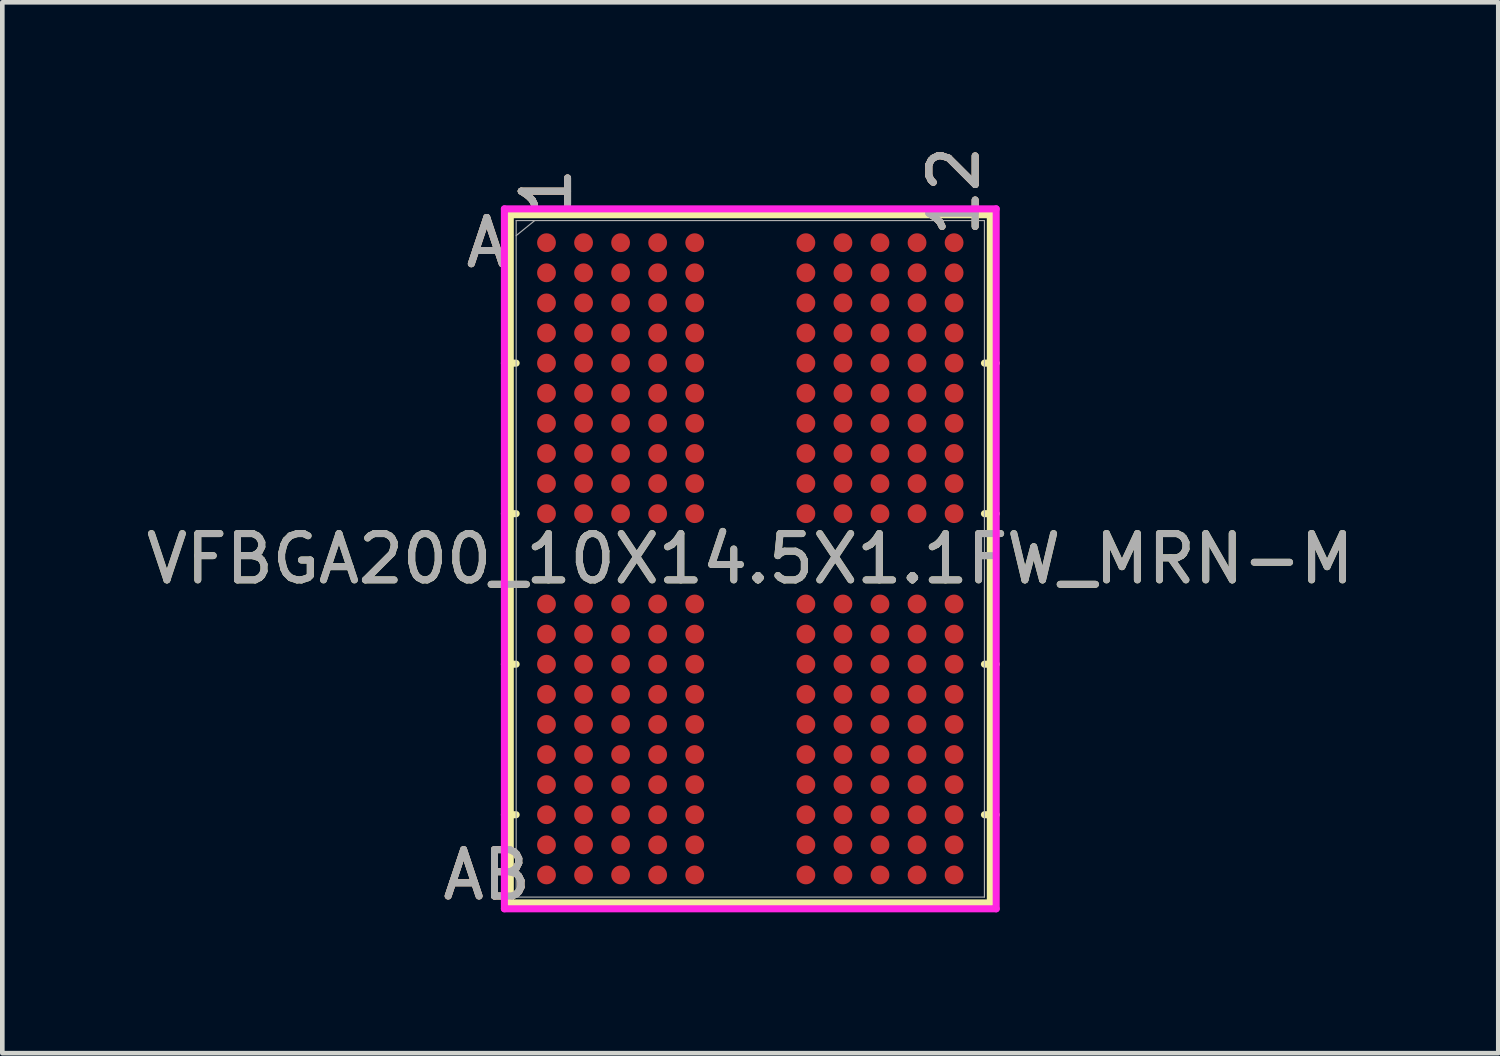
<source format=kicad_pcb>
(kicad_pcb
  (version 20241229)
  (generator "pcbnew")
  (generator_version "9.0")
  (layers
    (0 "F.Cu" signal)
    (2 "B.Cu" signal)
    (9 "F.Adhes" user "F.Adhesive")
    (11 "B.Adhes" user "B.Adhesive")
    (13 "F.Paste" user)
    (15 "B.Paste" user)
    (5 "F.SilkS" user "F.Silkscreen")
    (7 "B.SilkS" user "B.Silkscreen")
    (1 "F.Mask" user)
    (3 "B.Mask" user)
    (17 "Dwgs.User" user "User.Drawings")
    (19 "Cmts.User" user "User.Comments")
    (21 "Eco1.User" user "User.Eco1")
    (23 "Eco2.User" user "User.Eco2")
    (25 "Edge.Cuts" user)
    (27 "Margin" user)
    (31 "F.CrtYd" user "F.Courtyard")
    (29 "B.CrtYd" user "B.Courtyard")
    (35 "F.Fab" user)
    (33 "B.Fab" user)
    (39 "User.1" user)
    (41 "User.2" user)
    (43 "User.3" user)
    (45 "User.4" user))
  (footprint "VFBGA200_10X14.5X1.1FW_MRN-M"
    (layer "F.Cu")
    (at 13.149 9.015)
    (property "Reference" "VFBGA200_10X14.5X1.1FW_MRN-M" (at 0 0 0) (unlocked yes) (layer "F.SilkS") (effects (font (size 1 1) (thickness 0.15))))
    (attr smd)
    (fp_line (start -5.182 -7.429) (end -5.182 7.429) (stroke (width 0.152) (type solid)) (layer "F.SilkS"))
    (fp_line (start -5.182 7.429) (end 5.182 7.429) (stroke (width 0.152) (type solid)) (layer "F.SilkS"))
    (fp_line (start -5.055 -4.225) (end -5.309 -4.225) (stroke (width 0.152) (type solid)) (layer "F.SilkS"))
    (fp_line (start -5.055 -0.975) (end -5.309 -0.975) (stroke (width 0.152) (type solid)) (layer "F.SilkS"))
    (fp_line (start -5.055 2.275) (end -5.309 2.275) (stroke (width 0.152) (type solid)) (layer "F.SilkS"))
    (fp_line (start -5.055 5.525) (end -5.309 5.525) (stroke (width 0.152) (type solid)) (layer "F.SilkS"))
    (fp_line (start 5.055 -4.225) (end 5.309 -4.225) (stroke (width 0.152) (type solid)) (layer "F.SilkS"))
    (fp_line (start 5.055 -0.975) (end 5.309 -0.975) (stroke (width 0.152) (type solid)) (layer "F.SilkS"))
    (fp_line (start 5.055 2.275) (end 5.309 2.275) (stroke (width 0.152) (type solid)) (layer "F.SilkS"))
    (fp_line (start 5.055 5.525) (end 5.309 5.525) (stroke (width 0.152) (type solid)) (layer "F.SilkS"))
    (fp_line (start 5.182 -7.429) (end -5.182 -7.429) (stroke (width 0.152) (type solid)) (layer "F.SilkS"))
    (fp_line (start 5.182 7.429) (end 5.182 -7.429) (stroke (width 0.152) (type solid)) (layer "F.SilkS"))
    (fp_poly (pts (xy -5.245 -7.595) (xy 5.245 -7.595) (xy 5.245 7.595) (xy -5.245 7.595)) (stroke (width 0.1) (type solid)) (fill no) (layer "Eco2.User"))
    (fp_line (start -5.309 -7.556) (end 5.309 -7.556) (stroke (width 0.152) (type solid)) (layer "F.CrtYd"))
    (fp_line (start -5.309 7.556) (end -5.309 -7.556) (stroke (width 0.152) (type solid)) (layer "F.CrtYd"))
    (fp_line (start 5.309 -7.556) (end 5.309 7.556) (stroke (width 0.152) (type solid)) (layer "F.CrtYd"))
    (fp_line (start 5.309 7.556) (end -5.309 7.556) (stroke (width 0.152) (type solid)) (layer "F.CrtYd"))
    (fp_line (start -5.055 -7.303) (end -5.055 7.303) (stroke (width 0.025) (type solid)) (layer "F.Fab"))
    (fp_line (start -5.055 7.303) (end 5.055 7.303) (stroke (width 0.025) (type solid)) (layer "F.Fab"))
    (fp_line (start -4.655 -7.303) (end -5.055 -6.978) (stroke (width 0.025) (type solid)) (layer "F.Fab"))
    (fp_line (start 5.055 -7.303) (end -5.055 -7.303) (stroke (width 0.025) (type solid)) (layer "F.Fab"))
    (fp_line (start 5.055 7.303) (end 5.055 -7.303) (stroke (width 0.025) (type solid)) (layer "F.Fab"))
    (fp_text user "A" (at -5.69 -6.825 0) (unlocked yes) (layer "F.SilkS") (effects (font (size 1 1) (thickness 0.15))))
    (fp_text user "1" (at -4.4 -7.938 90) (unlocked yes) (layer "F.SilkS") (effects (font (size 1 1) (thickness 0.15))))
    (fp_text user "12" (at 4.4 -7.938 90) (unlocked yes) (layer "F.SilkS") (effects (font (size 1 1) (thickness 0.15))))
    (fp_text user "AB" (at -5.69 6.825 0) (unlocked yes) (layer "F.SilkS") (effects (font (size 1 1) (thickness 0.15))))
    (fp_text user "A" (at -5.69 -6.825 0) (unlocked yes) (layer "B.SilkS") (effects (font (size 1 1) (thickness 0.15))))
    (fp_text user "AB" (at -5.69 6.825 0) (unlocked yes) (layer "B.SilkS") (effects (font (size 1 1) (thickness 0.15))))
    (fp_text user "1" (at -4.4 -7.938 90) (unlocked yes) (layer "B.SilkS") (effects (font (size 1 1) (thickness 0.15))))
    (fp_text user "12" (at 4.4 -7.938 90) (unlocked yes) (layer "B.SilkS") (effects (font (size 1 1) (thickness 0.15))))
    (fp_text user "A" (at -5.69 -6.825 0) (unlocked yes) (layer "F.Fab") (effects (font (size 1 1) (thickness 0.15))))
    (fp_text user "12" (at 4.4 -7.938 90) (unlocked yes) (layer "F.Fab") (effects (font (size 1 1) (thickness 0.15))))
    (fp_text user "${REFERENCE}" (at 0 0 0) (unlocked yes) (layer "F.Fab") (effects (font (size 1 1) (thickness 0.15))))
    (fp_text user "1" (at -4.4 -7.938 90) (unlocked yes) (layer "F.Fab") (effects (font (size 1 1) (thickness 0.15))))
    (fp_text user "AB" (at -5.69 6.825 0) (unlocked yes) (layer "F.Fab") (effects (font (size 1 1) (thickness 0.15))))
    (pad "A1" smd circle (at -4.4 -6.825) (size 0.406 0.406) (layers "F.Cu" "F.Mask" "F.Paste"))
    (pad "A2" smd circle (at -3.6 -6.825) (size 0.406 0.406) (layers "F.Cu" "F.Mask" "F.Paste"))
    (pad "A3" smd circle (at -2.8 -6.825) (size 0.406 0.406) (layers "F.Cu" "F.Mask" "F.Paste"))
    (pad "A4" smd circle (at -2 -6.825) (size 0.406 0.406) (layers "F.Cu" "F.Mask" "F.Paste"))
    (pad "A5" smd circle (at -1.2 -6.825) (size 0.406 0.406) (layers "F.Cu" "F.Mask" "F.Paste"))
    (pad "A8" smd circle (at 1.2 -6.825) (size 0.406 0.406) (layers "F.Cu" "F.Mask" "F.Paste"))
    (pad "A9" smd circle (at 2 -6.825) (size 0.406 0.406) (layers "F.Cu" "F.Mask" "F.Paste"))
    (pad "A10" smd circle (at 2.8 -6.825) (size 0.406 0.406) (layers "F.Cu" "F.Mask" "F.Paste"))
    (pad "A11" smd circle (at 3.6 -6.825) (size 0.406 0.406) (layers "F.Cu" "F.Mask" "F.Paste"))
    (pad "A12" smd circle (at 4.4 -6.825) (size 0.406 0.406) (layers "F.Cu" "F.Mask" "F.Paste"))
    (pad "AA1" smd circle (at -4.4 6.175) (size 0.406 0.406) (layers "F.Cu" "F.Mask" "F.Paste"))
    (pad "AA2" smd circle (at -3.6 6.175) (size 0.406 0.406) (layers "F.Cu" "F.Mask" "F.Paste"))
    (pad "AA3" smd circle (at -2.8 6.175) (size 0.406 0.406) (layers "F.Cu" "F.Mask" "F.Paste"))
    (pad "AA4" smd circle (at -2 6.175) (size 0.406 0.406) (layers "F.Cu" "F.Mask" "F.Paste"))
    (pad "AA5" smd circle (at -1.2 6.175) (size 0.406 0.406) (layers "F.Cu" "F.Mask" "F.Paste"))
    (pad "AA8" smd circle (at 1.2 6.175) (size 0.406 0.406) (layers "F.Cu" "F.Mask" "F.Paste"))
    (pad "AA9" smd circle (at 2 6.175) (size 0.406 0.406) (layers "F.Cu" "F.Mask" "F.Paste"))
    (pad "AA10" smd circle (at 2.8 6.175) (size 0.406 0.406) (layers "F.Cu" "F.Mask" "F.Paste"))
    (pad "AA11" smd circle (at 3.6 6.175) (size 0.406 0.406) (layers "F.Cu" "F.Mask" "F.Paste"))
    (pad "AA12" smd circle (at 4.4 6.175) (size 0.406 0.406) (layers "F.Cu" "F.Mask" "F.Paste"))
    (pad "AB1" smd circle (at -4.4 6.825) (size 0.406 0.406) (layers "F.Cu" "F.Mask" "F.Paste"))
    (pad "AB2" smd circle (at -3.6 6.825) (size 0.406 0.406) (layers "F.Cu" "F.Mask" "F.Paste"))
    (pad "AB3" smd circle (at -2.8 6.825) (size 0.406 0.406) (layers "F.Cu" "F.Mask" "F.Paste"))
    (pad "AB4" smd circle (at -2 6.825) (size 0.406 0.406) (layers "F.Cu" "F.Mask" "F.Paste"))
    (pad "AB5" smd circle (at -1.2 6.825) (size 0.406 0.406) (layers "F.Cu" "F.Mask" "F.Paste"))
    (pad "AB8" smd circle (at 1.2 6.825) (size 0.406 0.406) (layers "F.Cu" "F.Mask" "F.Paste"))
    (pad "AB9" smd circle (at 2 6.825) (size 0.406 0.406) (layers "F.Cu" "F.Mask" "F.Paste"))
    (pad "AB10" smd circle (at 2.8 6.825) (size 0.406 0.406) (layers "F.Cu" "F.Mask" "F.Paste"))
    (pad "AB11" smd circle (at 3.6 6.825) (size 0.406 0.406) (layers "F.Cu" "F.Mask" "F.Paste"))
    (pad "AB12" smd circle (at 4.4 6.825) (size 0.406 0.406) (layers "F.Cu" "F.Mask" "F.Paste"))
    (pad "B1" smd circle (at -4.4 -6.175) (size 0.406 0.406) (layers "F.Cu" "F.Mask" "F.Paste"))
    (pad "B2" smd circle (at -3.6 -6.175) (size 0.406 0.406) (layers "F.Cu" "F.Mask" "F.Paste"))
    (pad "B3" smd circle (at -2.8 -6.175) (size 0.406 0.406) (layers "F.Cu" "F.Mask" "F.Paste"))
    (pad "B4" smd circle (at -2 -6.175) (size 0.406 0.406) (layers "F.Cu" "F.Mask" "F.Paste"))
    (pad "B5" smd circle (at -1.2 -6.175) (size 0.406 0.406) (layers "F.Cu" "F.Mask" "F.Paste"))
    (pad "B8" smd circle (at 1.2 -6.175) (size 0.406 0.406) (layers "F.Cu" "F.Mask" "F.Paste"))
    (pad "B9" smd circle (at 2 -6.175) (size 0.406 0.406) (layers "F.Cu" "F.Mask" "F.Paste"))
    (pad "B10" smd circle (at 2.8 -6.175) (size 0.406 0.406) (layers "F.Cu" "F.Mask" "F.Paste"))
    (pad "B11" smd circle (at 3.6 -6.175) (size 0.406 0.406) (layers "F.Cu" "F.Mask" "F.Paste"))
    (pad "B12" smd circle (at 4.4 -6.175) (size 0.406 0.406) (layers "F.Cu" "F.Mask" "F.Paste"))
    (pad "C1" smd circle (at -4.4 -5.525) (size 0.406 0.406) (layers "F.Cu" "F.Mask" "F.Paste"))
    (pad "C2" smd circle (at -3.6 -5.525) (size 0.406 0.406) (layers "F.Cu" "F.Mask" "F.Paste"))
    (pad "C3" smd circle (at -2.8 -5.525) (size 0.406 0.406) (layers "F.Cu" "F.Mask" "F.Paste"))
    (pad "C4" smd circle (at -2 -5.525) (size 0.406 0.406) (layers "F.Cu" "F.Mask" "F.Paste"))
    (pad "C5" smd circle (at -1.2 -5.525) (size 0.406 0.406) (layers "F.Cu" "F.Mask" "F.Paste"))
    (pad "C8" smd circle (at 1.2 -5.525) (size 0.406 0.406) (layers "F.Cu" "F.Mask" "F.Paste"))
    (pad "C9" smd circle (at 2 -5.525) (size 0.406 0.406) (layers "F.Cu" "F.Mask" "F.Paste"))
    (pad "C10" smd circle (at 2.8 -5.525) (size 0.406 0.406) (layers "F.Cu" "F.Mask" "F.Paste"))
    (pad "C11" smd circle (at 3.6 -5.525) (size 0.406 0.406) (layers "F.Cu" "F.Mask" "F.Paste"))
    (pad "C12" smd circle (at 4.4 -5.525) (size 0.406 0.406) (layers "F.Cu" "F.Mask" "F.Paste"))
    (pad "D1" smd circle (at -4.4 -4.875) (size 0.406 0.406) (layers "F.Cu" "F.Mask" "F.Paste"))
    (pad "D2" smd circle (at -3.6 -4.875) (size 0.406 0.406) (layers "F.Cu" "F.Mask" "F.Paste"))
    (pad "D3" smd circle (at -2.8 -4.875) (size 0.406 0.406) (layers "F.Cu" "F.Mask" "F.Paste"))
    (pad "D4" smd circle (at -2 -4.875) (size 0.406 0.406) (layers "F.Cu" "F.Mask" "F.Paste"))
    (pad "D5" smd circle (at -1.2 -4.875) (size 0.406 0.406) (layers "F.Cu" "F.Mask" "F.Paste"))
    (pad "D8" smd circle (at 1.2 -4.875) (size 0.406 0.406) (layers "F.Cu" "F.Mask" "F.Paste"))
    (pad "D9" smd circle (at 2 -4.875) (size 0.406 0.406) (layers "F.Cu" "F.Mask" "F.Paste"))
    (pad "D10" smd circle (at 2.8 -4.875) (size 0.406 0.406) (layers "F.Cu" "F.Mask" "F.Paste"))
    (pad "D11" smd circle (at 3.6 -4.875) (size 0.406 0.406) (layers "F.Cu" "F.Mask" "F.Paste"))
    (pad "D12" smd circle (at 4.4 -4.875) (size 0.406 0.406) (layers "F.Cu" "F.Mask" "F.Paste"))
    (pad "E1" smd circle (at -4.4 -4.225) (size 0.406 0.406) (layers "F.Cu" "F.Mask" "F.Paste"))
    (pad "E2" smd circle (at -3.6 -4.225) (size 0.406 0.406) (layers "F.Cu" "F.Mask" "F.Paste"))
    (pad "E3" smd circle (at -2.8 -4.225) (size 0.406 0.406) (layers "F.Cu" "F.Mask" "F.Paste"))
    (pad "E4" smd circle (at -2 -4.225) (size 0.406 0.406) (layers "F.Cu" "F.Mask" "F.Paste"))
    (pad "E5" smd circle (at -1.2 -4.225) (size 0.406 0.406) (layers "F.Cu" "F.Mask" "F.Paste"))
    (pad "E8" smd circle (at 1.2 -4.225) (size 0.406 0.406) (layers "F.Cu" "F.Mask" "F.Paste"))
    (pad "E9" smd circle (at 2 -4.225) (size 0.406 0.406) (layers "F.Cu" "F.Mask" "F.Paste"))
    (pad "E10" smd circle (at 2.8 -4.225) (size 0.406 0.406) (layers "F.Cu" "F.Mask" "F.Paste"))
    (pad "E11" smd circle (at 3.6 -4.225) (size 0.406 0.406) (layers "F.Cu" "F.Mask" "F.Paste"))
    (pad "E12" smd circle (at 4.4 -4.225) (size 0.406 0.406) (layers "F.Cu" "F.Mask" "F.Paste"))
    (pad "F1" smd circle (at -4.4 -3.575) (size 0.406 0.406) (layers "F.Cu" "F.Mask" "F.Paste"))
    (pad "F2" smd circle (at -3.6 -3.575) (size 0.406 0.406) (layers "F.Cu" "F.Mask" "F.Paste"))
    (pad "F3" smd circle (at -2.8 -3.575) (size 0.406 0.406) (layers "F.Cu" "F.Mask" "F.Paste"))
    (pad "F4" smd circle (at -2 -3.575) (size 0.406 0.406) (layers "F.Cu" "F.Mask" "F.Paste"))
    (pad "F5" smd circle (at -1.2 -3.575) (size 0.406 0.406) (layers "F.Cu" "F.Mask" "F.Paste"))
    (pad "F8" smd circle (at 1.2 -3.575) (size 0.406 0.406) (layers "F.Cu" "F.Mask" "F.Paste"))
    (pad "F9" smd circle (at 2 -3.575) (size 0.406 0.406) (layers "F.Cu" "F.Mask" "F.Paste"))
    (pad "F10" smd circle (at 2.8 -3.575) (size 0.406 0.406) (layers "F.Cu" "F.Mask" "F.Paste"))
    (pad "F11" smd circle (at 3.6 -3.575) (size 0.406 0.406) (layers "F.Cu" "F.Mask" "F.Paste"))
    (pad "F12" smd circle (at 4.4 -3.575) (size 0.406 0.406) (layers "F.Cu" "F.Mask" "F.Paste"))
    (pad "G1" smd circle (at -4.4 -2.925) (size 0.406 0.406) (layers "F.Cu" "F.Mask" "F.Paste"))
    (pad "G2" smd circle (at -3.6 -2.925) (size 0.406 0.406) (layers "F.Cu" "F.Mask" "F.Paste"))
    (pad "G3" smd circle (at -2.8 -2.925) (size 0.406 0.406) (layers "F.Cu" "F.Mask" "F.Paste"))
    (pad "G4" smd circle (at -2 -2.925) (size 0.406 0.406) (layers "F.Cu" "F.Mask" "F.Paste"))
    (pad "G5" smd circle (at -1.2 -2.925) (size 0.406 0.406) (layers "F.Cu" "F.Mask" "F.Paste"))
    (pad "G8" smd circle (at 1.2 -2.925) (size 0.406 0.406) (layers "F.Cu" "F.Mask" "F.Paste"))
    (pad "G9" smd circle (at 2 -2.925) (size 0.406 0.406) (layers "F.Cu" "F.Mask" "F.Paste"))
    (pad "G10" smd circle (at 2.8 -2.925) (size 0.406 0.406) (layers "F.Cu" "F.Mask" "F.Paste"))
    (pad "G11" smd circle (at 3.6 -2.925) (size 0.406 0.406) (layers "F.Cu" "F.Mask" "F.Paste"))
    (pad "G12" smd circle (at 4.4 -2.925) (size 0.406 0.406) (layers "F.Cu" "F.Mask" "F.Paste"))
    (pad "H1" smd circle (at -4.4 -2.275) (size 0.406 0.406) (layers "F.Cu" "F.Mask" "F.Paste"))
    (pad "H2" smd circle (at -3.6 -2.275) (size 0.406 0.406) (layers "F.Cu" "F.Mask" "F.Paste"))
    (pad "H3" smd circle (at -2.8 -2.275) (size 0.406 0.406) (layers "F.Cu" "F.Mask" "F.Paste"))
    (pad "H4" smd circle (at -2 -2.275) (size 0.406 0.406) (layers "F.Cu" "F.Mask" "F.Paste"))
    (pad "H5" smd circle (at -1.2 -2.275) (size 0.406 0.406) (layers "F.Cu" "F.Mask" "F.Paste"))
    (pad "H8" smd circle (at 1.2 -2.275) (size 0.406 0.406) (layers "F.Cu" "F.Mask" "F.Paste"))
    (pad "H9" smd circle (at 2 -2.275) (size 0.406 0.406) (layers "F.Cu" "F.Mask" "F.Paste"))
    (pad "H10" smd circle (at 2.8 -2.275) (size 0.406 0.406) (layers "F.Cu" "F.Mask" "F.Paste"))
    (pad "H11" smd circle (at 3.6 -2.275) (size 0.406 0.406) (layers "F.Cu" "F.Mask" "F.Paste"))
    (pad "H12" smd circle (at 4.4 -2.275) (size 0.406 0.406) (layers "F.Cu" "F.Mask" "F.Paste"))
    (pad "J1" smd circle (at -4.4 -1.625) (size 0.406 0.406) (layers "F.Cu" "F.Mask" "F.Paste"))
    (pad "J2" smd circle (at -3.6 -1.625) (size 0.406 0.406) (layers "F.Cu" "F.Mask" "F.Paste"))
    (pad "J3" smd circle (at -2.8 -1.625) (size 0.406 0.406) (layers "F.Cu" "F.Mask" "F.Paste"))
    (pad "J4" smd circle (at -2 -1.625) (size 0.406 0.406) (layers "F.Cu" "F.Mask" "F.Paste"))
    (pad "J5" smd circle (at -1.2 -1.625) (size 0.406 0.406) (layers "F.Cu" "F.Mask" "F.Paste"))
    (pad "J8" smd circle (at 1.2 -1.625) (size 0.406 0.406) (layers "F.Cu" "F.Mask" "F.Paste"))
    (pad "J9" smd circle (at 2 -1.625) (size 0.406 0.406) (layers "F.Cu" "F.Mask" "F.Paste"))
    (pad "J10" smd circle (at 2.8 -1.625) (size 0.406 0.406) (layers "F.Cu" "F.Mask" "F.Paste"))
    (pad "J11" smd circle (at 3.6 -1.625) (size 0.406 0.406) (layers "F.Cu" "F.Mask" "F.Paste"))
    (pad "J12" smd circle (at 4.4 -1.625) (size 0.406 0.406) (layers "F.Cu" "F.Mask" "F.Paste"))
    (pad "K1" smd circle (at -4.4 -0.975) (size 0.406 0.406) (layers "F.Cu" "F.Mask" "F.Paste"))
    (pad "K2" smd circle (at -3.6 -0.975) (size 0.406 0.406) (layers "F.Cu" "F.Mask" "F.Paste"))
    (pad "K3" smd circle (at -2.8 -0.975) (size 0.406 0.406) (layers "F.Cu" "F.Mask" "F.Paste"))
    (pad "K4" smd circle (at -2 -0.975) (size 0.406 0.406) (layers "F.Cu" "F.Mask" "F.Paste"))
    (pad "K5" smd circle (at -1.2 -0.975) (size 0.406 0.406) (layers "F.Cu" "F.Mask" "F.Paste"))
    (pad "K8" smd circle (at 1.2 -0.975) (size 0.406 0.406) (layers "F.Cu" "F.Mask" "F.Paste"))
    (pad "K9" smd circle (at 2 -0.975) (size 0.406 0.406) (layers "F.Cu" "F.Mask" "F.Paste"))
    (pad "K10" smd circle (at 2.8 -0.975) (size 0.406 0.406) (layers "F.Cu" "F.Mask" "F.Paste"))
    (pad "K11" smd circle (at 3.6 -0.975) (size 0.406 0.406) (layers "F.Cu" "F.Mask" "F.Paste"))
    (pad "K12" smd circle (at 4.4 -0.975) (size 0.406 0.406) (layers "F.Cu" "F.Mask" "F.Paste"))
    (pad "N1" smd circle (at -4.4 0.975) (size 0.406 0.406) (layers "F.Cu" "F.Mask" "F.Paste"))
    (pad "N2" smd circle (at -3.6 0.975) (size 0.406 0.406) (layers "F.Cu" "F.Mask" "F.Paste"))
    (pad "N3" smd circle (at -2.8 0.975) (size 0.406 0.406) (layers "F.Cu" "F.Mask" "F.Paste"))
    (pad "N4" smd circle (at -2 0.975) (size 0.406 0.406) (layers "F.Cu" "F.Mask" "F.Paste"))
    (pad "N5" smd circle (at -1.2 0.975) (size 0.406 0.406) (layers "F.Cu" "F.Mask" "F.Paste"))
    (pad "N8" smd circle (at 1.2 0.975) (size 0.406 0.406) (layers "F.Cu" "F.Mask" "F.Paste"))
    (pad "N9" smd circle (at 2 0.975) (size 0.406 0.406) (layers "F.Cu" "F.Mask" "F.Paste"))
    (pad "N10" smd circle (at 2.8 0.975) (size 0.406 0.406) (layers "F.Cu" "F.Mask" "F.Paste"))
    (pad "N11" smd circle (at 3.6 0.975) (size 0.406 0.406) (layers "F.Cu" "F.Mask" "F.Paste"))
    (pad "N12" smd circle (at 4.4 0.975) (size 0.406 0.406) (layers "F.Cu" "F.Mask" "F.Paste"))
    (pad "P1" smd circle (at -4.4 1.625) (size 0.406 0.406) (layers "F.Cu" "F.Mask" "F.Paste"))
    (pad "P2" smd circle (at -3.6 1.625) (size 0.406 0.406) (layers "F.Cu" "F.Mask" "F.Paste"))
    (pad "P3" smd circle (at -2.8 1.625) (size 0.406 0.406) (layers "F.Cu" "F.Mask" "F.Paste"))
    (pad "P4" smd circle (at -2 1.625) (size 0.406 0.406) (layers "F.Cu" "F.Mask" "F.Paste"))
    (pad "P5" smd circle (at -1.2 1.625) (size 0.406 0.406) (layers "F.Cu" "F.Mask" "F.Paste"))
    (pad "P8" smd circle (at 1.2 1.625) (size 0.406 0.406) (layers "F.Cu" "F.Mask" "F.Paste"))
    (pad "P9" smd circle (at 2 1.625) (size 0.406 0.406) (layers "F.Cu" "F.Mask" "F.Paste"))
    (pad "P10" smd circle (at 2.8 1.625) (size 0.406 0.406) (layers "F.Cu" "F.Mask" "F.Paste"))
    (pad "P11" smd circle (at 3.6 1.625) (size 0.406 0.406) (layers "F.Cu" "F.Mask" "F.Paste"))
    (pad "P12" smd circle (at 4.4 1.625) (size 0.406 0.406) (layers "F.Cu" "F.Mask" "F.Paste"))
    (pad "R1" smd circle (at -4.4 2.275) (size 0.406 0.406) (layers "F.Cu" "F.Mask" "F.Paste"))
    (pad "R2" smd circle (at -3.6 2.275) (size 0.406 0.406) (layers "F.Cu" "F.Mask" "F.Paste"))
    (pad "R3" smd circle (at -2.8 2.275) (size 0.406 0.406) (layers "F.Cu" "F.Mask" "F.Paste"))
    (pad "R4" smd circle (at -2 2.275) (size 0.406 0.406) (layers "F.Cu" "F.Mask" "F.Paste"))
    (pad "R5" smd circle (at -1.2 2.275) (size 0.406 0.406) (layers "F.Cu" "F.Mask" "F.Paste"))
    (pad "R8" smd circle (at 1.2 2.275) (size 0.406 0.406) (layers "F.Cu" "F.Mask" "F.Paste"))
    (pad "R9" smd circle (at 2 2.275) (size 0.406 0.406) (layers "F.Cu" "F.Mask" "F.Paste"))
    (pad "R10" smd circle (at 2.8 2.275) (size 0.406 0.406) (layers "F.Cu" "F.Mask" "F.Paste"))
    (pad "R11" smd circle (at 3.6 2.275) (size 0.406 0.406) (layers "F.Cu" "F.Mask" "F.Paste"))
    (pad "R12" smd circle (at 4.4 2.275) (size 0.406 0.406) (layers "F.Cu" "F.Mask" "F.Paste"))
    (pad "T1" smd circle (at -4.4 2.925) (size 0.406 0.406) (layers "F.Cu" "F.Mask" "F.Paste"))
    (pad "T2" smd circle (at -3.6 2.925) (size 0.406 0.406) (layers "F.Cu" "F.Mask" "F.Paste"))
    (pad "T3" smd circle (at -2.8 2.925) (size 0.406 0.406) (layers "F.Cu" "F.Mask" "F.Paste"))
    (pad "T4" smd circle (at -2 2.925) (size 0.406 0.406) (layers "F.Cu" "F.Mask" "F.Paste"))
    (pad "T5" smd circle (at -1.2 2.925) (size 0.406 0.406) (layers "F.Cu" "F.Mask" "F.Paste"))
    (pad "T8" smd circle (at 1.2 2.925) (size 0.406 0.406) (layers "F.Cu" "F.Mask" "F.Paste"))
    (pad "T9" smd circle (at 2 2.925) (size 0.406 0.406) (layers "F.Cu" "F.Mask" "F.Paste"))
    (pad "T10" smd circle (at 2.8 2.925) (size 0.406 0.406) (layers "F.Cu" "F.Mask" "F.Paste"))
    (pad "T11" smd circle (at 3.6 2.925) (size 0.406 0.406) (layers "F.Cu" "F.Mask" "F.Paste"))
    (pad "T12" smd circle (at 4.4 2.925) (size 0.406 0.406) (layers "F.Cu" "F.Mask" "F.Paste"))
    (pad "U1" smd circle (at -4.4 3.575) (size 0.406 0.406) (layers "F.Cu" "F.Mask" "F.Paste"))
    (pad "U2" smd circle (at -3.6 3.575) (size 0.406 0.406) (layers "F.Cu" "F.Mask" "F.Paste"))
    (pad "U3" smd circle (at -2.8 3.575) (size 0.406 0.406) (layers "F.Cu" "F.Mask" "F.Paste"))
    (pad "U4" smd circle (at -2 3.575) (size 0.406 0.406) (layers "F.Cu" "F.Mask" "F.Paste"))
    (pad "U5" smd circle (at -1.2 3.575) (size 0.406 0.406) (layers "F.Cu" "F.Mask" "F.Paste"))
    (pad "U8" smd circle (at 1.2 3.575) (size 0.406 0.406) (layers "F.Cu" "F.Mask" "F.Paste"))
    (pad "U9" smd circle (at 2 3.575) (size 0.406 0.406) (layers "F.Cu" "F.Mask" "F.Paste"))
    (pad "U10" smd circle (at 2.8 3.575) (size 0.406 0.406) (layers "F.Cu" "F.Mask" "F.Paste"))
    (pad "U11" smd circle (at 3.6 3.575) (size 0.406 0.406) (layers "F.Cu" "F.Mask" "F.Paste"))
    (pad "U12" smd circle (at 4.4 3.575) (size 0.406 0.406) (layers "F.Cu" "F.Mask" "F.Paste"))
    (pad "V1" smd circle (at -4.4 4.225) (size 0.406 0.406) (layers "F.Cu" "F.Mask" "F.Paste"))
    (pad "V2" smd circle (at -3.6 4.225) (size 0.406 0.406) (layers "F.Cu" "F.Mask" "F.Paste"))
    (pad "V3" smd circle (at -2.8 4.225) (size 0.406 0.406) (layers "F.Cu" "F.Mask" "F.Paste"))
    (pad "V4" smd circle (at -2 4.225) (size 0.406 0.406) (layers "F.Cu" "F.Mask" "F.Paste"))
    (pad "V5" smd circle (at -1.2 4.225) (size 0.406 0.406) (layers "F.Cu" "F.Mask" "F.Paste"))
    (pad "V8" smd circle (at 1.2 4.225) (size 0.406 0.406) (layers "F.Cu" "F.Mask" "F.Paste"))
    (pad "V9" smd circle (at 2 4.225) (size 0.406 0.406) (layers "F.Cu" "F.Mask" "F.Paste"))
    (pad "V10" smd circle (at 2.8 4.225) (size 0.406 0.406) (layers "F.Cu" "F.Mask" "F.Paste"))
    (pad "V11" smd circle (at 3.6 4.225) (size 0.406 0.406) (layers "F.Cu" "F.Mask" "F.Paste"))
    (pad "V12" smd circle (at 4.4 4.225) (size 0.406 0.406) (layers "F.Cu" "F.Mask" "F.Paste"))
    (pad "W1" smd circle (at -4.4 4.875) (size 0.406 0.406) (layers "F.Cu" "F.Mask" "F.Paste"))
    (pad "W2" smd circle (at -3.6 4.875) (size 0.406 0.406) (layers "F.Cu" "F.Mask" "F.Paste"))
    (pad "W3" smd circle (at -2.8 4.875) (size 0.406 0.406) (layers "F.Cu" "F.Mask" "F.Paste"))
    (pad "W4" smd circle (at -2 4.875) (size 0.406 0.406) (layers "F.Cu" "F.Mask" "F.Paste"))
    (pad "W5" smd circle (at -1.2 4.875) (size 0.406 0.406) (layers "F.Cu" "F.Mask" "F.Paste"))
    (pad "W8" smd circle (at 1.2 4.875) (size 0.406 0.406) (layers "F.Cu" "F.Mask" "F.Paste"))
    (pad "W9" smd circle (at 2 4.875) (size 0.406 0.406) (layers "F.Cu" "F.Mask" "F.Paste"))
    (pad "W10" smd circle (at 2.8 4.875) (size 0.406 0.406) (layers "F.Cu" "F.Mask" "F.Paste"))
    (pad "W11" smd circle (at 3.6 4.875) (size 0.406 0.406) (layers "F.Cu" "F.Mask" "F.Paste"))
    (pad "W12" smd circle (at 4.4 4.875) (size 0.406 0.406) (layers "F.Cu" "F.Mask" "F.Paste"))
    (pad "Y1" smd circle (at -4.4 5.525) (size 0.406 0.406) (layers "F.Cu" "F.Mask" "F.Paste"))
    (pad "Y2" smd circle (at -3.6 5.525) (size 0.406 0.406) (layers "F.Cu" "F.Mask" "F.Paste"))
    (pad "Y3" smd circle (at -2.8 5.525) (size 0.406 0.406) (layers "F.Cu" "F.Mask" "F.Paste"))
    (pad "Y4" smd circle (at -2 5.525) (size 0.406 0.406) (layers "F.Cu" "F.Mask" "F.Paste"))
    (pad "Y5" smd circle (at -1.2 5.525) (size 0.406 0.406) (layers "F.Cu" "F.Mask" "F.Paste"))
    (pad "Y8" smd circle (at 1.2 5.525) (size 0.406 0.406) (layers "F.Cu" "F.Mask" "F.Paste"))
    (pad "Y9" smd circle (at 2 5.525) (size 0.406 0.406) (layers "F.Cu" "F.Mask" "F.Paste"))
    (pad "Y10" smd circle (at 2.8 5.525) (size 0.406 0.406) (layers "F.Cu" "F.Mask" "F.Paste"))
    (pad "Y11" smd circle (at 3.6 5.525) (size 0.406 0.406) (layers "F.Cu" "F.Mask" "F.Paste"))
    (pad "Y12" smd circle (at 4.4 5.525) (size 0.406 0.406) (layers "F.Cu" "F.Mask" "F.Paste")))
  (gr_rect
    (start -3 -3)
    (end 29.298 19.688)
    (stroke (width 0.1) (type default))
    (fill no)
    (layer "Edge.Cuts")))
</source>
